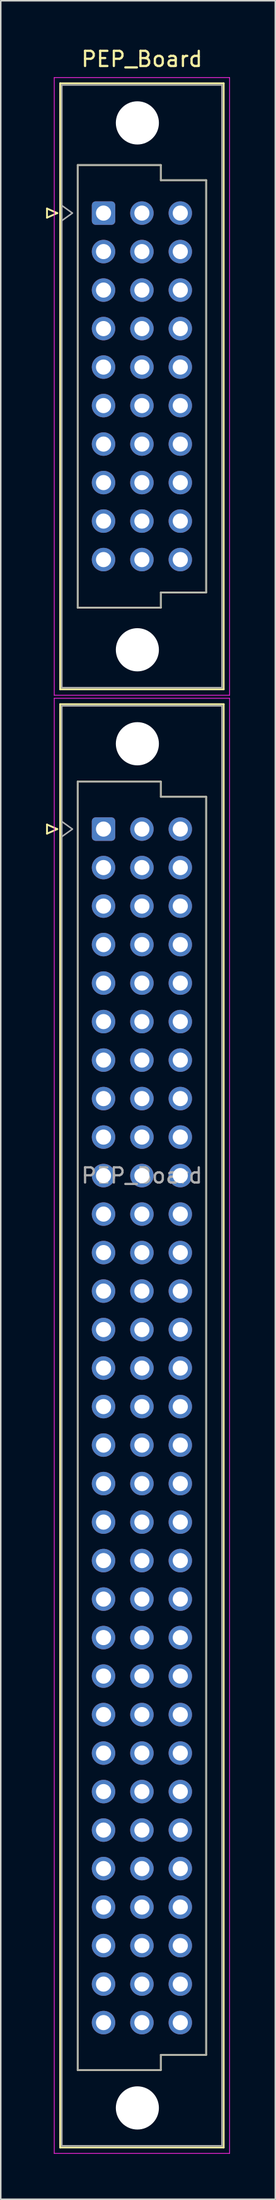
<source format=kicad_pcb>
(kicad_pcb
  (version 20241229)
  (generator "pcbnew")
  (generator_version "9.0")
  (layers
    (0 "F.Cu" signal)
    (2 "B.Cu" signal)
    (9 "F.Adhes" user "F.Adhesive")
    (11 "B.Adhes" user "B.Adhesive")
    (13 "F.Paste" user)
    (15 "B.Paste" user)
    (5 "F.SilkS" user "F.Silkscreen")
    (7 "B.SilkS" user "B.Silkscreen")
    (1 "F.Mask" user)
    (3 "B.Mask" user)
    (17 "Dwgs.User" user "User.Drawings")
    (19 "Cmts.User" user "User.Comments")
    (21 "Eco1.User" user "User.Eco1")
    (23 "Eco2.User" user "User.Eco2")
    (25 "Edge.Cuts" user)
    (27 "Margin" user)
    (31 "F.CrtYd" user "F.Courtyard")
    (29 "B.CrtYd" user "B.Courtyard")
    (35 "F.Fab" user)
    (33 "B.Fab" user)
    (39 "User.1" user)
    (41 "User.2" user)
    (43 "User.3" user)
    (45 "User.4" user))
  (footprint "PEP_Board"
    (layer "F.Cu")
    (at 6.34 74.508)
    (property "Reference" "PEP_Board" (at 0 -73.66 0) (unlocked yes) (layer "F.SilkS") (effects (font (size 1 1) (thickness 0.15))))
    (attr smd)
    (fp_line (start -6.28 -63.8) (end -6.28 -63.2) (stroke (width 0.12) (type solid)) (layer "F.SilkS"))
    (fp_line (start -6.28 -63.2) (end -5.6 -63.5) (stroke (width 0.12) (type solid)) (layer "F.SilkS"))
    (fp_line (start -6.28 -23.16) (end -6.28 -22.56) (stroke (width 0.12) (type solid)) (layer "F.SilkS"))
    (fp_line (start -6.28 -22.56) (end -5.6 -22.86) (stroke (width 0.12) (type solid)) (layer "F.SilkS"))
    (fp_line (start -5.6 -63.5) (end -6.28 -63.8) (stroke (width 0.12) (type solid)) (layer "F.SilkS"))
    (fp_line (start -5.6 -22.86) (end -6.28 -23.16) (stroke (width 0.12) (type solid)) (layer "F.SilkS"))
    (fp_line (start -5.41 -72.06) (end 5.41 -72.06) (stroke (width 0.12) (type solid)) (layer "F.SilkS"))
    (fp_line (start -5.41 -32.08) (end -5.41 -72.06) (stroke (width 0.12) (type solid)) (layer "F.SilkS"))
    (fp_line (start -5.41 -31.1) (end 5.41 -31.1) (stroke (width 0.12) (type solid)) (layer "F.SilkS"))
    (fp_line (start -5.41 64.12) (end -5.41 -31.1) (stroke (width 0.12) (type solid)) (layer "F.SilkS"))
    (fp_line (start -4.25 -66.67) (end 1.25 -66.67) (stroke (width 0.12) (type solid)) (layer "F.SilkS"))
    (fp_line (start -4.25 -37.47) (end -4.25 -66.67) (stroke (width 0.12) (type solid)) (layer "F.SilkS"))
    (fp_line (start -4.25 -25.991) (end 1.25 -25.991) (stroke (width 0.12) (type solid)) (layer "F.SilkS"))
    (fp_line (start -4.25 59.01) (end -4.25 -25.991) (stroke (width 0.12) (type solid)) (layer "F.SilkS"))
    (fp_line (start 1.25 -66.67) (end 1.25 -65.67) (stroke (width 0.12) (type solid)) (layer "F.SilkS"))
    (fp_line (start 1.25 -65.67) (end 4.25 -65.67) (stroke (width 0.12) (type solid)) (layer "F.SilkS"))
    (fp_line (start 1.25 -38.47) (end 1.25 -37.47) (stroke (width 0.12) (type solid)) (layer "F.SilkS"))
    (fp_line (start 1.25 -37.47) (end -4.25 -37.47) (stroke (width 0.12) (type solid)) (layer "F.SilkS"))
    (fp_line (start 1.25 -25.991) (end 1.25 -24.991) (stroke (width 0.12) (type solid)) (layer "F.SilkS"))
    (fp_line (start 1.25 -24.991) (end 4.25 -24.991) (stroke (width 0.12) (type solid)) (layer "F.SilkS"))
    (fp_line (start 1.25 58.01) (end 1.25 59.01) (stroke (width 0.12) (type solid)) (layer "F.SilkS"))
    (fp_line (start 1.25 59.01) (end -4.25 59.01) (stroke (width 0.12) (type solid)) (layer "F.SilkS"))
    (fp_line (start 4.25 -65.67) (end 4.25 -38.47) (stroke (width 0.12) (type solid)) (layer "F.SilkS"))
    (fp_line (start 4.25 -38.47) (end 1.25 -38.47) (stroke (width 0.12) (type solid)) (layer "F.SilkS"))
    (fp_line (start 4.25 -24.991) (end 4.25 58.01) (stroke (width 0.12) (type solid)) (layer "F.SilkS"))
    (fp_line (start 4.25 58.01) (end 1.25 58.01) (stroke (width 0.12) (type solid)) (layer "F.SilkS"))
    (fp_line (start 5.41 -72.06) (end 5.41 -32.08) (stroke (width 0.12) (type solid)) (layer "F.SilkS"))
    (fp_line (start 5.41 -32.08) (end -5.41 -32.08) (stroke (width 0.12) (type solid)) (layer "F.SilkS"))
    (fp_line (start 5.41 -31.1) (end 5.41 64.12) (stroke (width 0.12) (type solid)) (layer "F.SilkS"))
    (fp_line (start 5.41 64.12) (end -5.41 64.12) (stroke (width 0.12) (type solid)) (layer "F.SilkS"))
    (fp_line (start -5.8 -72.44) (end 5.8 -72.44) (stroke (width 0.05) (type solid)) (layer "F.CrtYd"))
    (fp_line (start -5.8 -31.69) (end -5.8 -72.44) (stroke (width 0.05) (type solid)) (layer "F.CrtYd"))
    (fp_line (start -5.8 -31.49) (end 5.8 -31.49) (stroke (width 0.05) (type solid)) (layer "F.CrtYd"))
    (fp_line (start -5.8 64.51) (end -5.8 -31.49) (stroke (width 0.05) (type solid)) (layer "F.CrtYd"))
    (fp_line (start 5.8 -72.44) (end 5.8 -31.69) (stroke (width 0.05) (type solid)) (layer "F.CrtYd"))
    (fp_line (start 5.8 -31.69) (end -5.8 -31.69) (stroke (width 0.05) (type solid)) (layer "F.CrtYd"))
    (fp_line (start 5.8 -31.49) (end 5.8 64.51) (stroke (width 0.05) (type solid)) (layer "F.CrtYd"))
    (fp_line (start 5.8 64.51) (end -5.8 64.51) (stroke (width 0.05) (type solid)) (layer "F.CrtYd"))
    (fp_line (start -5.3 -71.95) (end 5.3 -71.95) (stroke (width 0.1) (type solid)) (layer "F.Fab"))
    (fp_line (start -5.3 -64) (end -4.6 -63.5) (stroke (width 0.1) (type solid)) (layer "F.Fab"))
    (fp_line (start -5.3 -32.19) (end -5.3 -71.95) (stroke (width 0.1) (type solid)) (layer "F.Fab"))
    (fp_line (start -5.3 -30.99) (end 5.3 -30.99) (stroke (width 0.1) (type solid)) (layer "F.Fab"))
    (fp_line (start -5.3 -23.36) (end -4.6 -22.86) (stroke (width 0.1) (type solid)) (layer "F.Fab"))
    (fp_line (start -5.3 64.01) (end -5.3 -30.99) (stroke (width 0.1) (type solid)) (layer "F.Fab"))
    (fp_line (start -4.6 -63.5) (end -5.3 -63) (stroke (width 0.1) (type solid)) (layer "F.Fab"))
    (fp_line (start -4.6 -22.86) (end -5.3 -22.36) (stroke (width 0.1) (type solid)) (layer "F.Fab"))
    (fp_line (start -4.25 -66.67) (end 1.25 -66.67) (stroke (width 0.1) (type solid)) (layer "F.Fab"))
    (fp_line (start -4.25 -37.47) (end -4.25 -66.67) (stroke (width 0.1) (type solid)) (layer "F.Fab"))
    (fp_line (start -4.25 -25.99) (end 1.25 -25.99) (stroke (width 0.1) (type solid)) (layer "F.Fab"))
    (fp_line (start -4.25 59.01) (end -4.25 -25.99) (stroke (width 0.1) (type solid)) (layer "F.Fab"))
    (fp_line (start 1.25 -66.67) (end 1.25 -65.67) (stroke (width 0.1) (type solid)) (layer "F.Fab"))
    (fp_line (start 1.25 -65.67) (end 4.25 -65.67) (stroke (width 0.1) (type solid)) (layer "F.Fab"))
    (fp_line (start 1.25 -38.47) (end 1.25 -37.47) (stroke (width 0.1) (type solid)) (layer "F.Fab"))
    (fp_line (start 1.25 -37.47) (end -4.25 -37.47) (stroke (width 0.1) (type solid)) (layer "F.Fab"))
    (fp_line (start 1.25 -25.99) (end 1.25 -24.99) (stroke (width 0.1) (type solid)) (layer "F.Fab"))
    (fp_line (start 1.25 -24.99) (end 4.25 -24.99) (stroke (width 0.1) (type solid)) (layer "F.Fab"))
    (fp_line (start 1.25 58.01) (end 1.25 59.01) (stroke (width 0.1) (type solid)) (layer "F.Fab"))
    (fp_line (start 1.25 59.01) (end -4.25 59.01) (stroke (width 0.1) (type solid)) (layer "F.Fab"))
    (fp_line (start 4.25 -65.67) (end 4.25 -38.47) (stroke (width 0.1) (type solid)) (layer "F.Fab"))
    (fp_line (start 4.25 -38.47) (end 1.25 -38.47) (stroke (width 0.1) (type solid)) (layer "F.Fab"))
    (fp_line (start 4.25 -24.99) (end 4.25 58.01) (stroke (width 0.1) (type solid)) (layer "F.Fab"))
    (fp_line (start 4.25 58.01) (end 1.25 58.01) (stroke (width 0.1) (type solid)) (layer "F.Fab"))
    (fp_line (start 5.3 -71.95) (end 5.3 -32.19) (stroke (width 0.1) (type solid)) (layer "F.Fab"))
    (fp_line (start 5.3 -32.19) (end -5.3 -32.19) (stroke (width 0.1) (type solid)) (layer "F.Fab"))
    (fp_line (start 5.3 -30.99) (end 5.3 64.01) (stroke (width 0.1) (type solid)) (layer "F.Fab"))
    (fp_line (start 5.3 64.01) (end -5.3 64.01) (stroke (width 0.1) (type solid)) (layer "F.Fab"))
    (fp_text user "${REFERENCE}" (at 0 0 0) (unlocked yes) (layer "F.Fab") (effects (font (size 1 1) (thickness 0.15))))
    (pad "" np_thru_hole circle (at -0.3 -69.45) (size 2.85 2.85) (drill 2.85) (layers "*.Cu" "*.Mask"))
    (pad "" np_thru_hole circle (at -0.3 -34.69) (size 2.85 2.85) (drill 2.85) (layers "*.Cu" "*.Mask"))
    (pad "" np_thru_hole circle (at -0.3 -28.49) (size 2.85 2.85) (drill 2.85) (layers "*.Cu" "*.Mask"))
    (pad "" np_thru_hole circle (at -0.3 61.51) (size 2.85 2.85) (drill 2.85) (layers "*.Cu" "*.Mask"))
    (pad "Da1" thru_hole roundrect (at -2.54 -22.86) (size 1.55 1.55) (drill 1) (layers "*.Cu" "*.Mask") (roundrect_rratio 0.161))
    (pad "Da2" thru_hole circle (at -2.54 -20.32) (size 1.55 1.55) (drill 1) (layers "*.Cu" "*.Mask"))
    (pad "Da3" thru_hole circle (at -2.54 -17.78) (size 1.55 1.55) (drill 1) (layers "*.Cu" "*.Mask"))
    (pad "Da4" thru_hole circle (at -2.54 -15.24) (size 1.55 1.55) (drill 1) (layers "*.Cu" "*.Mask"))
    (pad "Da5" thru_hole circle (at -2.54 -12.7) (size 1.55 1.55) (drill 1) (layers "*.Cu" "*.Mask"))
    (pad "Da6" thru_hole circle (at -2.54 -10.16) (size 1.55 1.55) (drill 1) (layers "*.Cu" "*.Mask"))
    (pad "Da7" thru_hole circle (at -2.54 -7.62) (size 1.55 1.55) (drill 1) (layers "*.Cu" "*.Mask"))
    (pad "Da8" thru_hole circle (at -2.54 -5.08) (size 1.55 1.55) (drill 1) (layers "*.Cu" "*.Mask"))
    (pad "Da9" thru_hole circle (at -2.54 -2.54) (size 1.55 1.55) (drill 1) (layers "*.Cu" "*.Mask"))
    (pad "Da10" thru_hole circle (at -2.54 0) (size 1.55 1.55) (drill 1) (layers "*.Cu" "*.Mask"))
    (pad "Da11" thru_hole circle (at -2.54 2.54) (size 1.55 1.55) (drill 1) (layers "*.Cu" "*.Mask"))
    (pad "Da12" thru_hole circle (at -2.54 5.08) (size 1.55 1.55) (drill 1) (layers "*.Cu" "*.Mask"))
    (pad "Da13" thru_hole circle (at -2.54 7.62) (size 1.55 1.55) (drill 1) (layers "*.Cu" "*.Mask"))
    (pad "Da14" thru_hole circle (at -2.54 10.16) (size 1.55 1.55) (drill 1) (layers "*.Cu" "*.Mask"))
    (pad "Da15" thru_hole circle (at -2.54 12.7) (size 1.55 1.55) (drill 1) (layers "*.Cu" "*.Mask"))
    (pad "Da16" thru_hole circle (at -2.54 15.24) (size 1.55 1.55) (drill 1) (layers "*.Cu" "*.Mask"))
    (pad "Da17" thru_hole circle (at -2.54 17.78) (size 1.55 1.55) (drill 1) (layers "*.Cu" "*.Mask"))
    (pad "Da18" thru_hole circle (at -2.54 20.32) (size 1.55 1.55) (drill 1) (layers "*.Cu" "*.Mask"))
    (pad "Da19" thru_hole circle (at -2.54 22.86) (size 1.55 1.55) (drill 1) (layers "*.Cu" "*.Mask"))
    (pad "Da20" thru_hole circle (at -2.54 25.4) (size 1.55 1.55) (drill 1) (layers "*.Cu" "*.Mask"))
    (pad "Da21" thru_hole circle (at -2.54 27.94) (size 1.55 1.55) (drill 1) (layers "*.Cu" "*.Mask"))
    (pad "Da22" thru_hole circle (at -2.54 30.48) (size 1.55 1.55) (drill 1) (layers "*.Cu" "*.Mask"))
    (pad "Da23" thru_hole circle (at -2.54 33.02) (size 1.55 1.55) (drill 1) (layers "*.Cu" "*.Mask"))
    (pad "Da24" thru_hole circle (at -2.54 35.56) (size 1.55 1.55) (drill 1) (layers "*.Cu" "*.Mask"))
    (pad "Da25" thru_hole circle (at -2.54 38.1) (size 1.55 1.55) (drill 1) (layers "*.Cu" "*.Mask"))
    (pad "Da26" thru_hole circle (at -2.54 40.64) (size 1.55 1.55) (drill 1) (layers "*.Cu" "*.Mask"))
    (pad "Da27" thru_hole circle (at -2.54 43.18) (size 1.55 1.55) (drill 1) (layers "*.Cu" "*.Mask"))
    (pad "Da28" thru_hole circle (at -2.54 45.72) (size 1.55 1.55) (drill 1) (layers "*.Cu" "*.Mask"))
    (pad "Da29" thru_hole circle (at -2.54 48.26) (size 1.55 1.55) (drill 1) (layers "*.Cu" "*.Mask"))
    (pad "Da30" thru_hole circle (at -2.54 50.8) (size 1.55 1.55) (drill 1) (layers "*.Cu" "*.Mask"))
    (pad "Da31" thru_hole circle (at -2.54 53.34) (size 1.55 1.55) (drill 1) (layers "*.Cu" "*.Mask"))
    (pad "Da32" thru_hole circle (at -2.54 55.88) (size 1.55 1.55) (drill 1) (layers "*.Cu" "*.Mask"))
    (pad "Db1" thru_hole circle (at 0 -22.86) (size 1.55 1.55) (drill 1) (layers "*.Cu" "*.Mask"))
    (pad "Db2" thru_hole circle (at 0 -20.32) (size 1.55 1.55) (drill 1) (layers "*.Cu" "*.Mask"))
    (pad "Db3" thru_hole circle (at 0 -17.78) (size 1.55 1.55) (drill 1) (layers "*.Cu" "*.Mask"))
    (pad "Db4" thru_hole circle (at 0 -15.24) (size 1.55 1.55) (drill 1) (layers "*.Cu" "*.Mask"))
    (pad "Db5" thru_hole circle (at 0 -12.7) (size 1.55 1.55) (drill 1) (layers "*.Cu" "*.Mask"))
    (pad "Db6" thru_hole circle (at 0 -10.16) (size 1.55 1.55) (drill 1) (layers "*.Cu" "*.Mask"))
    (pad "Db7" thru_hole circle (at 0 -7.62) (size 1.55 1.55) (drill 1) (layers "*.Cu" "*.Mask"))
    (pad "Db8" thru_hole circle (at 0 -5.08) (size 1.55 1.55) (drill 1) (layers "*.Cu" "*.Mask"))
    (pad "Db9" thru_hole circle (at 0 -2.54) (size 1.55 1.55) (drill 1) (layers "*.Cu" "*.Mask"))
    (pad "Db10" thru_hole circle (at 0 0) (size 1.55 1.55) (drill 1) (layers "*.Cu" "*.Mask"))
    (pad "Db11" thru_hole circle (at 0 2.54) (size 1.55 1.55) (drill 1) (layers "*.Cu" "*.Mask"))
    (pad "Db12" thru_hole circle (at 0 5.08) (size 1.55 1.55) (drill 1) (layers "*.Cu" "*.Mask"))
    (pad "Db13" thru_hole circle (at 0 7.62) (size 1.55 1.55) (drill 1) (layers "*.Cu" "*.Mask"))
    (pad "Db14" thru_hole circle (at 0 10.16) (size 1.55 1.55) (drill 1) (layers "*.Cu" "*.Mask"))
    (pad "Db15" thru_hole circle (at 0 12.7) (size 1.55 1.55) (drill 1) (layers "*.Cu" "*.Mask"))
    (pad "Db16" thru_hole circle (at 0 15.24) (size 1.55 1.55) (drill 1) (layers "*.Cu" "*.Mask"))
    (pad "Db17" thru_hole circle (at 0 17.78) (size 1.55 1.55) (drill 1) (layers "*.Cu" "*.Mask"))
    (pad "Db18" thru_hole circle (at 0 20.32) (size 1.55 1.55) (drill 1) (layers "*.Cu" "*.Mask"))
    (pad "Db19" thru_hole circle (at 0 22.86) (size 1.55 1.55) (drill 1) (layers "*.Cu" "*.Mask"))
    (pad "Db20" thru_hole circle (at 0 25.4) (size 1.55 1.55) (drill 1) (layers "*.Cu" "*.Mask"))
    (pad "Db21" thru_hole circle (at 0 27.94) (size 1.55 1.55) (drill 1) (layers "*.Cu" "*.Mask"))
    (pad "Db22" thru_hole circle (at 0 30.48) (size 1.55 1.55) (drill 1) (layers "*.Cu" "*.Mask"))
    (pad "Db23" thru_hole circle (at 0 33.02) (size 1.55 1.55) (drill 1) (layers "*.Cu" "*.Mask"))
    (pad "Db24" thru_hole circle (at 0 35.56) (size 1.55 1.55) (drill 1) (layers "*.Cu" "*.Mask"))
    (pad "Db25" thru_hole circle (at 0 38.1) (size 1.55 1.55) (drill 1) (layers "*.Cu" "*.Mask"))
    (pad "Db26" thru_hole circle (at 0 40.64) (size 1.55 1.55) (drill 1) (layers "*.Cu" "*.Mask"))
    (pad "Db27" thru_hole circle (at 0 43.18) (size 1.55 1.55) (drill 1) (layers "*.Cu" "*.Mask"))
    (pad "Db28" thru_hole circle (at 0 45.72) (size 1.55 1.55) (drill 1) (layers "*.Cu" "*.Mask"))
    (pad "Db29" thru_hole circle (at 0 48.26) (size 1.55 1.55) (drill 1) (layers "*.Cu" "*.Mask"))
    (pad "Db30" thru_hole circle (at 0 50.8) (size 1.55 1.55) (drill 1) (layers "*.Cu" "*.Mask"))
    (pad "Db31" thru_hole circle (at 0 53.34) (size 1.55 1.55) (drill 1) (layers "*.Cu" "*.Mask"))
    (pad "Db32" thru_hole circle (at 0 55.88) (size 1.55 1.55) (drill 1) (layers "*.Cu" "*.Mask"))
    (pad "Dc1" thru_hole circle (at 2.54 -22.86) (size 1.55 1.55) (drill 1) (layers "*.Cu" "*.Mask"))
    (pad "Dc2" thru_hole circle (at 2.54 -20.32) (size 1.55 1.55) (drill 1) (layers "*.Cu" "*.Mask"))
    (pad "Dc3" thru_hole circle (at 2.54 -17.78) (size 1.55 1.55) (drill 1) (layers "*.Cu" "*.Mask"))
    (pad "Dc4" thru_hole circle (at 2.54 -15.24) (size 1.55 1.55) (drill 1) (layers "*.Cu" "*.Mask"))
    (pad "Dc5" thru_hole circle (at 2.54 -12.7) (size 1.55 1.55) (drill 1) (layers "*.Cu" "*.Mask"))
    (pad "Dc6" thru_hole circle (at 2.54 -10.16) (size 1.55 1.55) (drill 1) (layers "*.Cu" "*.Mask"))
    (pad "Dc7" thru_hole circle (at 2.54 -7.62) (size 1.55 1.55) (drill 1) (layers "*.Cu" "*.Mask"))
    (pad "Dc8" thru_hole circle (at 2.54 -5.08) (size 1.55 1.55) (drill 1) (layers "*.Cu" "*.Mask"))
    (pad "Dc9" thru_hole circle (at 2.54 -2.54) (size 1.55 1.55) (drill 1) (layers "*.Cu" "*.Mask"))
    (pad "Dc10" thru_hole circle (at 2.54 0) (size 1.55 1.55) (drill 1) (layers "*.Cu" "*.Mask"))
    (pad "Dc11" thru_hole circle (at 2.54 2.54) (size 1.55 1.55) (drill 1) (layers "*.Cu" "*.Mask"))
    (pad "Dc12" thru_hole circle (at 2.54 5.08) (size 1.55 1.55) (drill 1) (layers "*.Cu" "*.Mask"))
    (pad "Dc13" thru_hole circle (at 2.54 7.62) (size 1.55 1.55) (drill 1) (layers "*.Cu" "*.Mask"))
    (pad "Dc14" thru_hole circle (at 2.54 10.16) (size 1.55 1.55) (drill 1) (layers "*.Cu" "*.Mask"))
    (pad "Dc15" thru_hole circle (at 2.54 12.7) (size 1.55 1.55) (drill 1) (layers "*.Cu" "*.Mask"))
    (pad "Dc16" thru_hole circle (at 2.54 15.24) (size 1.55 1.55) (drill 1) (layers "*.Cu" "*.Mask"))
    (pad "Dc17" thru_hole circle (at 2.54 17.78) (size 1.55 1.55) (drill 1) (layers "*.Cu" "*.Mask"))
    (pad "Dc18" thru_hole circle (at 2.54 20.32) (size 1.55 1.55) (drill 1) (layers "*.Cu" "*.Mask"))
    (pad "Dc19" thru_hole circle (at 2.54 22.86) (size 1.55 1.55) (drill 1) (layers "*.Cu" "*.Mask"))
    (pad "Dc20" thru_hole circle (at 2.54 25.4) (size 1.55 1.55) (drill 1) (layers "*.Cu" "*.Mask"))
    (pad "Dc21" thru_hole circle (at 2.54 27.94) (size 1.55 1.55) (drill 1) (layers "*.Cu" "*.Mask"))
    (pad "Dc22" thru_hole circle (at 2.54 30.48) (size 1.55 1.55) (drill 1) (layers "*.Cu" "*.Mask"))
    (pad "Dc23" thru_hole circle (at 2.54 33.02) (size 1.55 1.55) (drill 1) (layers "*.Cu" "*.Mask"))
    (pad "Dc24" thru_hole circle (at 2.54 35.56) (size 1.55 1.55) (drill 1) (layers "*.Cu" "*.Mask"))
    (pad "Dc25" thru_hole circle (at 2.54 38.1) (size 1.55 1.55) (drill 1) (layers "*.Cu" "*.Mask"))
    (pad "Dc26" thru_hole circle (at 2.54 40.64) (size 1.55 1.55) (drill 1) (layers "*.Cu" "*.Mask"))
    (pad "Dc27" thru_hole circle (at 2.54 43.18) (size 1.55 1.55) (drill 1) (layers "*.Cu" "*.Mask"))
    (pad "Dc28" thru_hole circle (at 2.54 45.72) (size 1.55 1.55) (drill 1) (layers "*.Cu" "*.Mask"))
    (pad "Dc29" thru_hole circle (at 2.54 48.26) (size 1.55 1.55) (drill 1) (layers "*.Cu" "*.Mask"))
    (pad "Dc30" thru_hole circle (at 2.54 50.8) (size 1.55 1.55) (drill 1) (layers "*.Cu" "*.Mask"))
    (pad "Dc31" thru_hole circle (at 2.54 53.34) (size 1.55 1.55) (drill 1) (layers "*.Cu" "*.Mask"))
    (pad "Dc32" thru_hole circle (at 2.54 55.88) (size 1.55 1.55) (drill 1) (layers "*.Cu" "*.Mask"))
    (pad "Pa1" thru_hole roundrect (at -2.54 -63.5) (size 1.55 1.55) (drill 1) (layers "*.Cu" "*.Mask") (roundrect_rratio 0.161))
    (pad "Pa2" thru_hole circle (at -2.54 -60.96) (size 1.55 1.55) (drill 1) (layers "*.Cu" "*.Mask"))
    (pad "Pa3" thru_hole circle (at -2.54 -58.42) (size 1.55 1.55) (drill 1) (layers "*.Cu" "*.Mask"))
    (pad "Pa4" thru_hole circle (at -2.54 -55.88) (size 1.55 1.55) (drill 1) (layers "*.Cu" "*.Mask"))
    (pad "Pa5" thru_hole circle (at -2.54 -53.34) (size 1.55 1.55) (drill 1) (layers "*.Cu" "*.Mask"))
    (pad "Pa6" thru_hole circle (at -2.54 -50.8) (size 1.55 1.55) (drill 1) (layers "*.Cu" "*.Mask"))
    (pad "Pa7" thru_hole circle (at -2.54 -48.26) (size 1.55 1.55) (drill 1) (layers "*.Cu" "*.Mask"))
    (pad "Pa8" thru_hole circle (at -2.54 -45.72) (size 1.55 1.55) (drill 1) (layers "*.Cu" "*.Mask"))
    (pad "Pa9" thru_hole circle (at -2.54 -43.18) (size 1.55 1.55) (drill 1) (layers "*.Cu" "*.Mask"))
    (pad "Pa10" thru_hole circle (at -2.54 -40.64) (size 1.55 1.55) (drill 1) (layers "*.Cu" "*.Mask"))
    (pad "Pb1" thru_hole circle (at 0 -63.5) (size 1.55 1.55) (drill 1) (layers "*.Cu" "*.Mask"))
    (pad "Pb2" thru_hole circle (at 0 -60.96) (size 1.55 1.55) (drill 1) (layers "*.Cu" "*.Mask"))
    (pad "Pb3" thru_hole circle (at 0 -58.42) (size 1.55 1.55) (drill 1) (layers "*.Cu" "*.Mask"))
    (pad "Pb4" thru_hole circle (at 0 -55.88) (size 1.55 1.55) (drill 1) (layers "*.Cu" "*.Mask"))
    (pad "Pb5" thru_hole circle (at 0 -53.34) (size 1.55 1.55) (drill 1) (layers "*.Cu" "*.Mask"))
    (pad "Pb6" thru_hole circle (at 0 -50.8) (size 1.55 1.55) (drill 1) (layers "*.Cu" "*.Mask"))
    (pad "Pb7" thru_hole circle (at 0 -48.26) (size 1.55 1.55) (drill 1) (layers "*.Cu" "*.Mask"))
    (pad "Pb8" thru_hole circle (at 0 -45.72) (size 1.55 1.55) (drill 1) (layers "*.Cu" "*.Mask"))
    (pad "Pb9" thru_hole circle (at 0 -43.18) (size 1.55 1.55) (drill 1) (layers "*.Cu" "*.Mask"))
    (pad "Pb10" thru_hole circle (at 0 -40.64) (size 1.55 1.55) (drill 1) (layers "*.Cu" "*.Mask"))
    (pad "Pc1" thru_hole circle (at 2.54 -63.5) (size 1.55 1.55) (drill 1) (layers "*.Cu" "*.Mask"))
    (pad "Pc2" thru_hole circle (at 2.54 -60.96) (size 1.55 1.55) (drill 1) (layers "*.Cu" "*.Mask"))
    (pad "Pc3" thru_hole circle (at 2.54 -58.42) (size 1.55 1.55) (drill 1) (layers "*.Cu" "*.Mask"))
    (pad "Pc4" thru_hole circle (at 2.54 -55.88) (size 1.55 1.55) (drill 1) (layers "*.Cu" "*.Mask"))
    (pad "Pc5" thru_hole circle (at 2.54 -53.34) (size 1.55 1.55) (drill 1) (layers "*.Cu" "*.Mask"))
    (pad "Pc6" thru_hole circle (at 2.54 -50.8) (size 1.55 1.55) (drill 1) (layers "*.Cu" "*.Mask"))
    (pad "Pc7" thru_hole circle (at 2.54 -48.26) (size 1.55 1.55) (drill 1) (layers "*.Cu" "*.Mask"))
    (pad "Pc8" thru_hole circle (at 2.54 -45.72) (size 1.55 1.55) (drill 1) (layers "*.Cu" "*.Mask"))
    (pad "Pc9" thru_hole circle (at 2.54 -43.18) (size 1.55 1.55) (drill 1) (layers "*.Cu" "*.Mask"))
    (pad "Pc10" thru_hole circle (at 2.54 -40.64) (size 1.55 1.55) (drill 1) (layers "*.Cu" "*.Mask")))
  (gr_rect
    (start -3 -3)
    (end 15.165 142.043)
    (stroke (width 0.1) (type default))
    (fill no)
    (layer "Edge.Cuts")))
</source>
